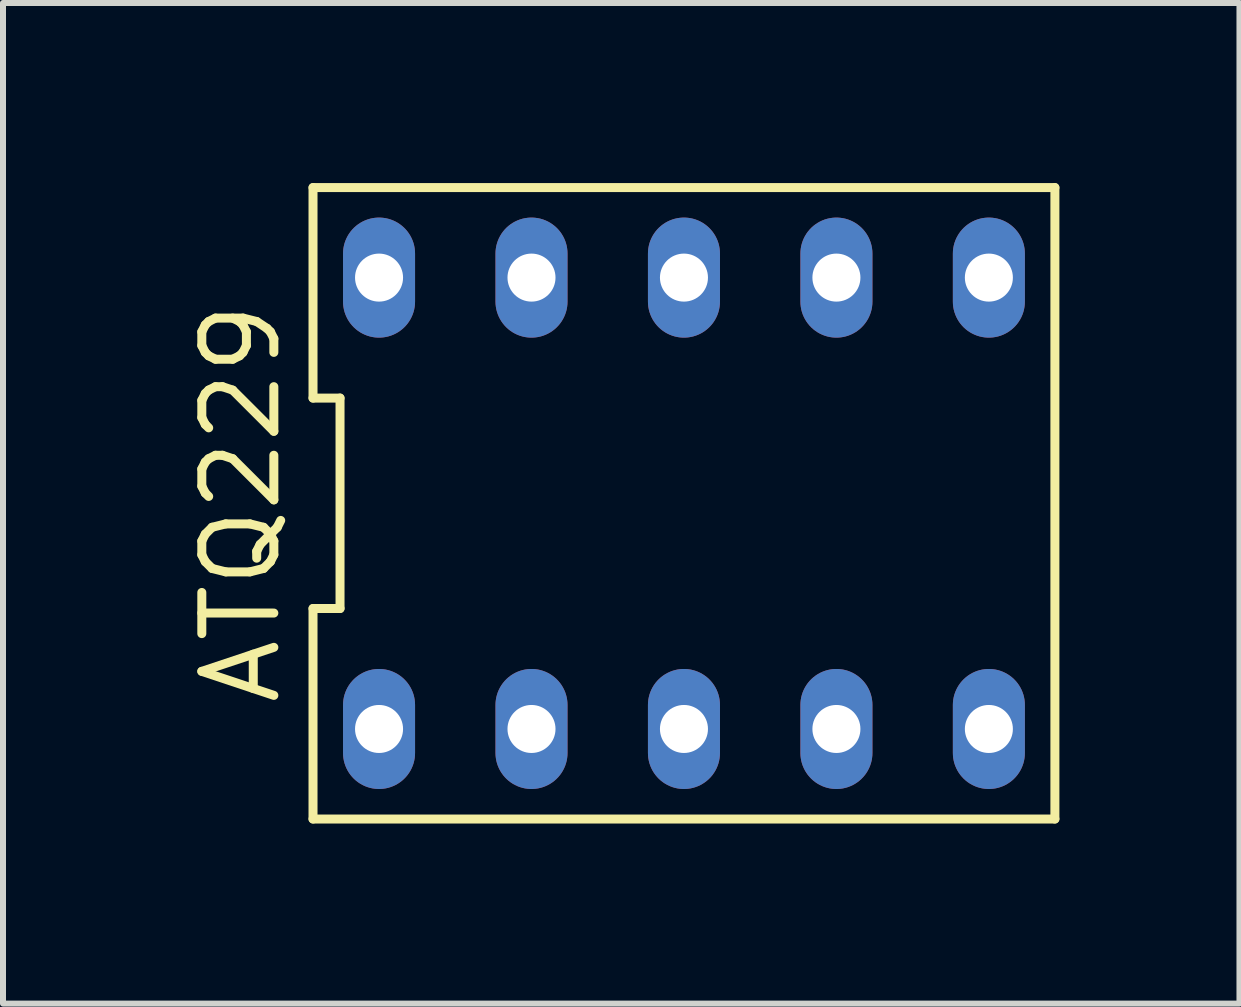
<source format=kicad_pcb>
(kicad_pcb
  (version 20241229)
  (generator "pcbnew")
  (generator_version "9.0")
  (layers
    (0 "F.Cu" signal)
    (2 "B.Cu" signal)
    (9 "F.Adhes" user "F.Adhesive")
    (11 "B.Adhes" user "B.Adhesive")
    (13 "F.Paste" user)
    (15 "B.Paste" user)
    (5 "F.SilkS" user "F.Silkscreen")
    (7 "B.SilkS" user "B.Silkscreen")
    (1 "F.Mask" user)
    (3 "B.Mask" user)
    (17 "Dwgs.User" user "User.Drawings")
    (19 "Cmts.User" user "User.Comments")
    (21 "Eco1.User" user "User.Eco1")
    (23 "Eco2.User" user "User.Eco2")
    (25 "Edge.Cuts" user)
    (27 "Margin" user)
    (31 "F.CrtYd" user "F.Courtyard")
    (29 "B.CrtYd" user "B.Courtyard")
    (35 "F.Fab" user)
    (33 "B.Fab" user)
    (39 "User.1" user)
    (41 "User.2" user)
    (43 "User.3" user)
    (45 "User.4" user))
  (footprint "ATQ229"
    (layer "F.Cu")
    (at 8.345 5.335)
    (property "Reference" "ATQ229" (at -7.38 0 90) (layer "F.SilkS") (effects (font (size 1.2 1.2) (thickness 0.15))))
    (attr through_hole)
    (fp_line (start -6.18 -5.26) (end -6.18 -1.753) (stroke (width 0.15) (type solid)) (layer "F.SilkS"))
    (fp_line (start -6.18 -1.753) (end -5.73 -1.753) (stroke (width 0.15) (type solid)) (layer "F.SilkS"))
    (fp_line (start -6.18 1.753) (end -6.18 5.26) (stroke (width 0.15) (type solid)) (layer "F.SilkS"))
    (fp_line (start -6.18 5.26) (end 6.18 5.26) (stroke (width 0.15) (type solid)) (layer "F.SilkS"))
    (fp_line (start -5.73 -1.753) (end -5.73 1.753) (stroke (width 0.15) (type solid)) (layer "F.SilkS"))
    (fp_line (start -5.73 1.753) (end -6.18 1.753) (stroke (width 0.15) (type solid)) (layer "F.SilkS"))
    (fp_line (start 6.18 -5.26) (end -6.18 -5.26) (stroke (width 0.15) (type solid)) (layer "F.SilkS"))
    (fp_line (start 6.18 5.26) (end 6.18 -5.26) (stroke (width 0.15) (type solid)) (layer "F.SilkS"))
    (pad "1" thru_hole oval (at -5.08 3.76) (size 1.2 2) (drill 0.8) (layers "*.Cu" "*.Mask"))
    (pad "2" thru_hole oval (at -2.54 3.76) (size 1.2 2) (drill 0.8) (layers "*.Cu" "*.Mask"))
    (pad "3" thru_hole oval (at 0 3.76) (size 1.2 2) (drill 0.8) (layers "*.Cu" "*.Mask"))
    (pad "4" thru_hole oval (at 2.54 3.76) (size 1.2 2) (drill 0.8) (layers "*.Cu" "*.Mask"))
    (pad "5" thru_hole oval (at 5.08 3.76) (size 1.2 2) (drill 0.8) (layers "*.Cu" "*.Mask"))
    (pad "6" thru_hole oval (at 5.08 -3.76) (size 1.2 2) (drill 0.8) (layers "*.Cu" "*.Mask"))
    (pad "7" thru_hole oval (at 2.54 -3.76) (size 1.2 2) (drill 0.8) (layers "*.Cu" "*.Mask"))
    (pad "8" thru_hole oval (at 0 -3.76) (size 1.2 2) (drill 0.8) (layers "*.Cu" "*.Mask"))
    (pad "9" thru_hole oval (at -2.54 -3.76) (size 1.2 2) (drill 0.8) (layers "*.Cu" "*.Mask"))
    (pad "10" thru_hole oval (at -5.08 -3.76) (size 1.2 2) (drill 0.8) (layers "*.Cu" "*.Mask")))
  (gr_rect
    (start -3 -3)
    (end 17.6 13.67)
    (stroke (width 0.1) (type default))
    (fill no)
    (layer "Edge.Cuts")))
</source>
